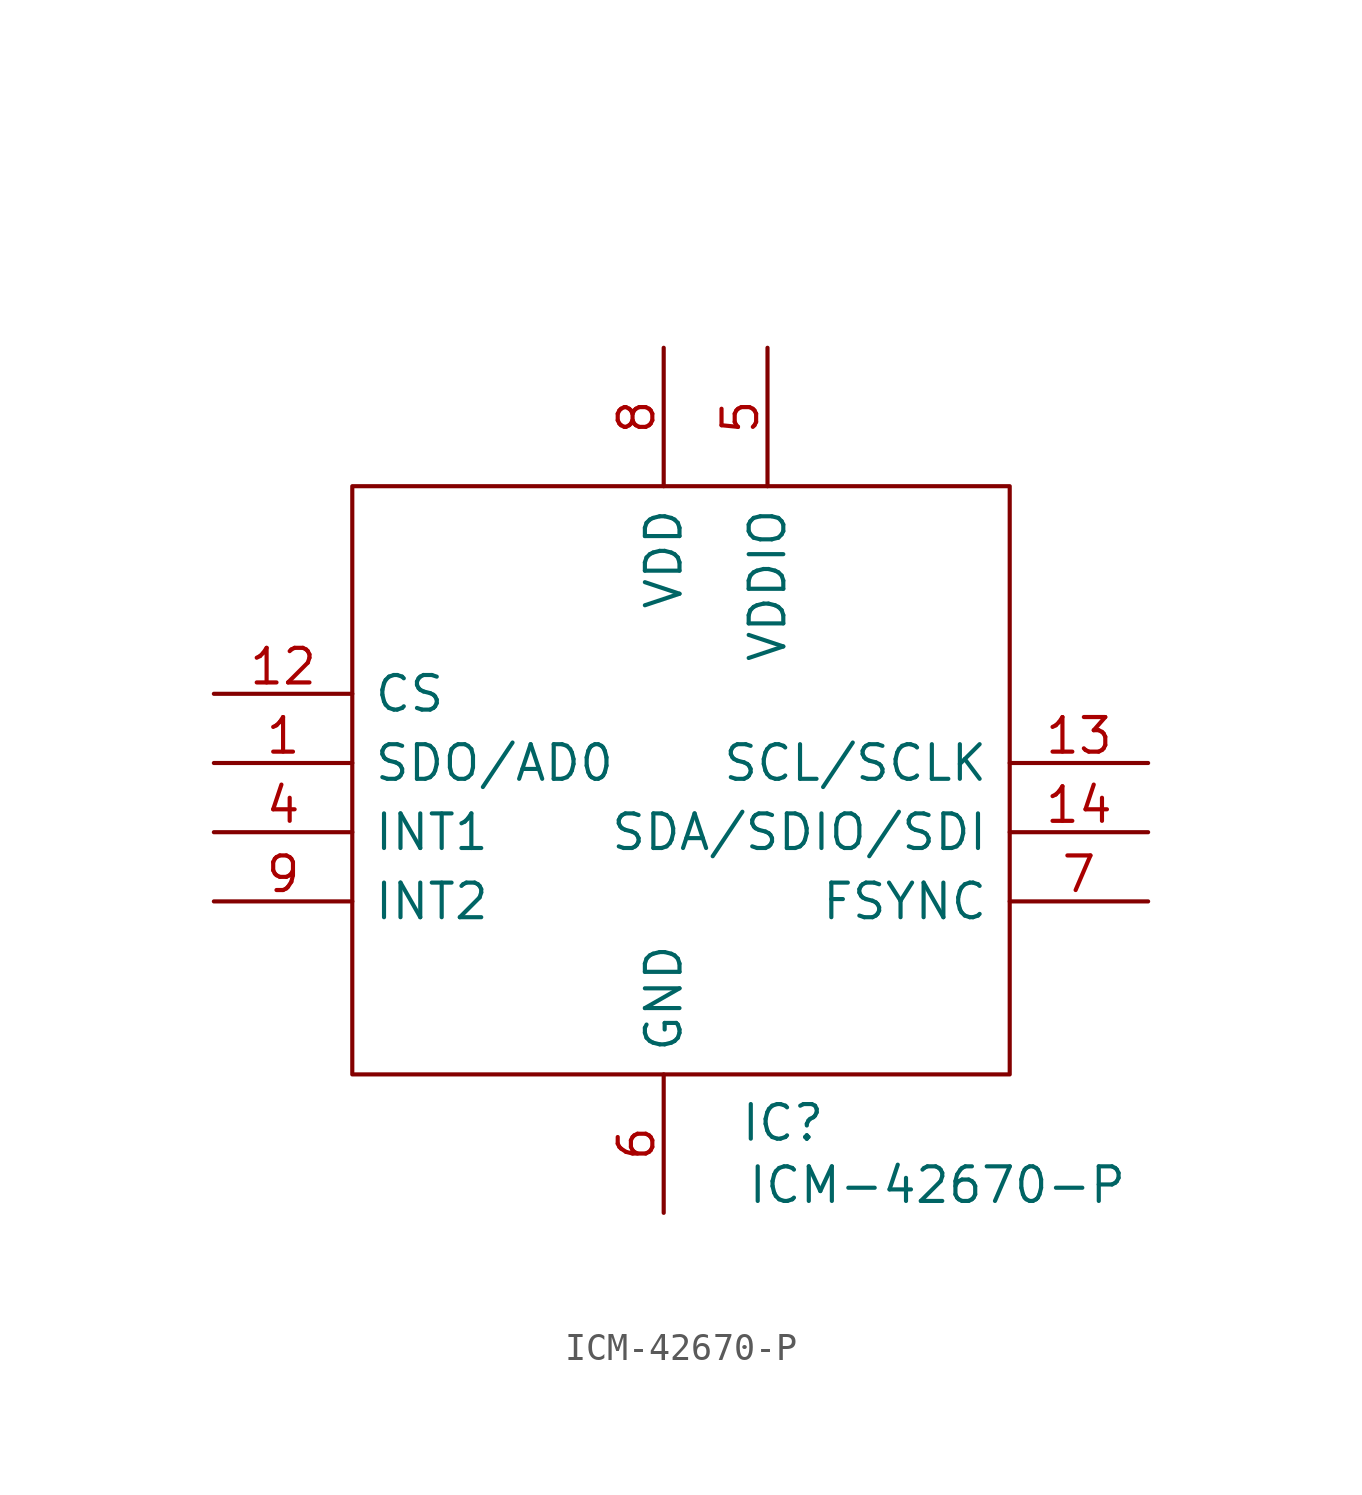
<source format=kicad_sym>
(kicad_symbol_lib
  (version 20231120)
  (generator "kicad_symbol_editor")
  (generator_version "8.0")
  (symbol "ICM-42670-P"
    (pin_names
      (offset 0.762))
    (property "Reference" "IC"
      (at 24.384 -1.778 0)
      (effects (font (size 1.27 1.27)) (justify left)))
    (property "Value" "ICM-42670-P"
      (at 24.638 -4.064 0)
      (effects (font (size 1.27 1.27)) (justify left)))
    (symbol "ICM-42670-P_0_0"
      (pin no_connect line (at 5.08 26.67 0) (length 5.08) hide (name "RESV_3" (effects (font (size 1.27 1.27)))) (number "10" (effects (font (size 1.27 1.27)))))
      (pin no_connect line (at 5.08 24.13 0) (length 5.08) hide (name "RESV_4" (effects (font (size 1.27 1.27)))) (number "11" (effects (font (size 1.27 1.27)))))
      (pin no_connect line (at 5.08 31.75 0) (length 5.08) hide (name "RESV_1" (effects (font (size 1.27 1.27)))) (number "2" (effects (font (size 1.27 1.27)))))
      (pin no_connect line (at 5.08 29.21 0) (length 5.08) hide (name "RESV_2" (effects (font (size 1.27 1.27)))) (number "3" (effects (font (size 1.27 1.27)))))
      (pin passive line (at 25.4 26.67 270) (length 5.08) (name "VDDIO" (effects (font (size 1.27 1.27)))) (number "5" (effects (font (size 1.27 1.27)))))
      (pin passive line (at 21.59 -5.08 90) (length 5.08) (name "GND" (effects (font (size 1.27 1.27)))) (number "6" (effects (font (size 1.27 1.27)))))
      (pin passive line (at 39.37 6.35 180) (length 5.08) (name "FSYNC" (effects (font (size 1.27 1.27)))) (number "7" (effects (font (size 1.27 1.27)))))
      (pin passive line (at 21.59 26.67 270) (length 5.08) (name "VDD" (effects (font (size 1.27 1.27)))) (number "8" (effects (font (size 1.27 1.27)))))
      (pin passive line (at 5.08 6.35 0) (length 5.08) (name "INT2" (effects (font (size 1.27 1.27)))) (number "9" (effects (font (size 1.27 1.27))))))
    (symbol "ICM-42670-P_0_1"
      (polyline (pts (xy 10.16 21.59) (xy 34.29 21.59) (xy 34.29 0) (xy 10.16 0) (xy 10.16 21.59)) (stroke (width 0.152) (type solid)) (fill (type none))))
    (symbol "ICM-42670-P_1_0"
      (pin passive line (at 5.08 11.43 0) (length 5.08) (name "SDO/AD0" (effects (font (size 1.27 1.27)))) (number "1" (effects (font (size 1.27 1.27)))))
      (pin passive line (at 5.08 13.97 0) (length 5.08) (name "CS" (effects (font (size 1.27 1.27)))) (number "12" (effects (font (size 1.27 1.27)))))
      (pin passive line (at 39.37 11.43 180) (length 5.08) (name "SCL/SCLK" (effects (font (size 1.27 1.27)))) (number "13" (effects (font (size 1.27 1.27)))))
      (pin passive line (at 39.37 8.89 180) (length 5.08) (name "SDA/SDIO/SDI" (effects (font (size 1.27 1.27)))) (number "14" (effects (font (size 1.27 1.27)))))
      (pin passive line (at 5.08 8.89 0) (length 5.08) (name "INT1" (effects (font (size 1.27 1.27)))) (number "4" (effects (font (size 1.27 1.27))))))))
</source>
